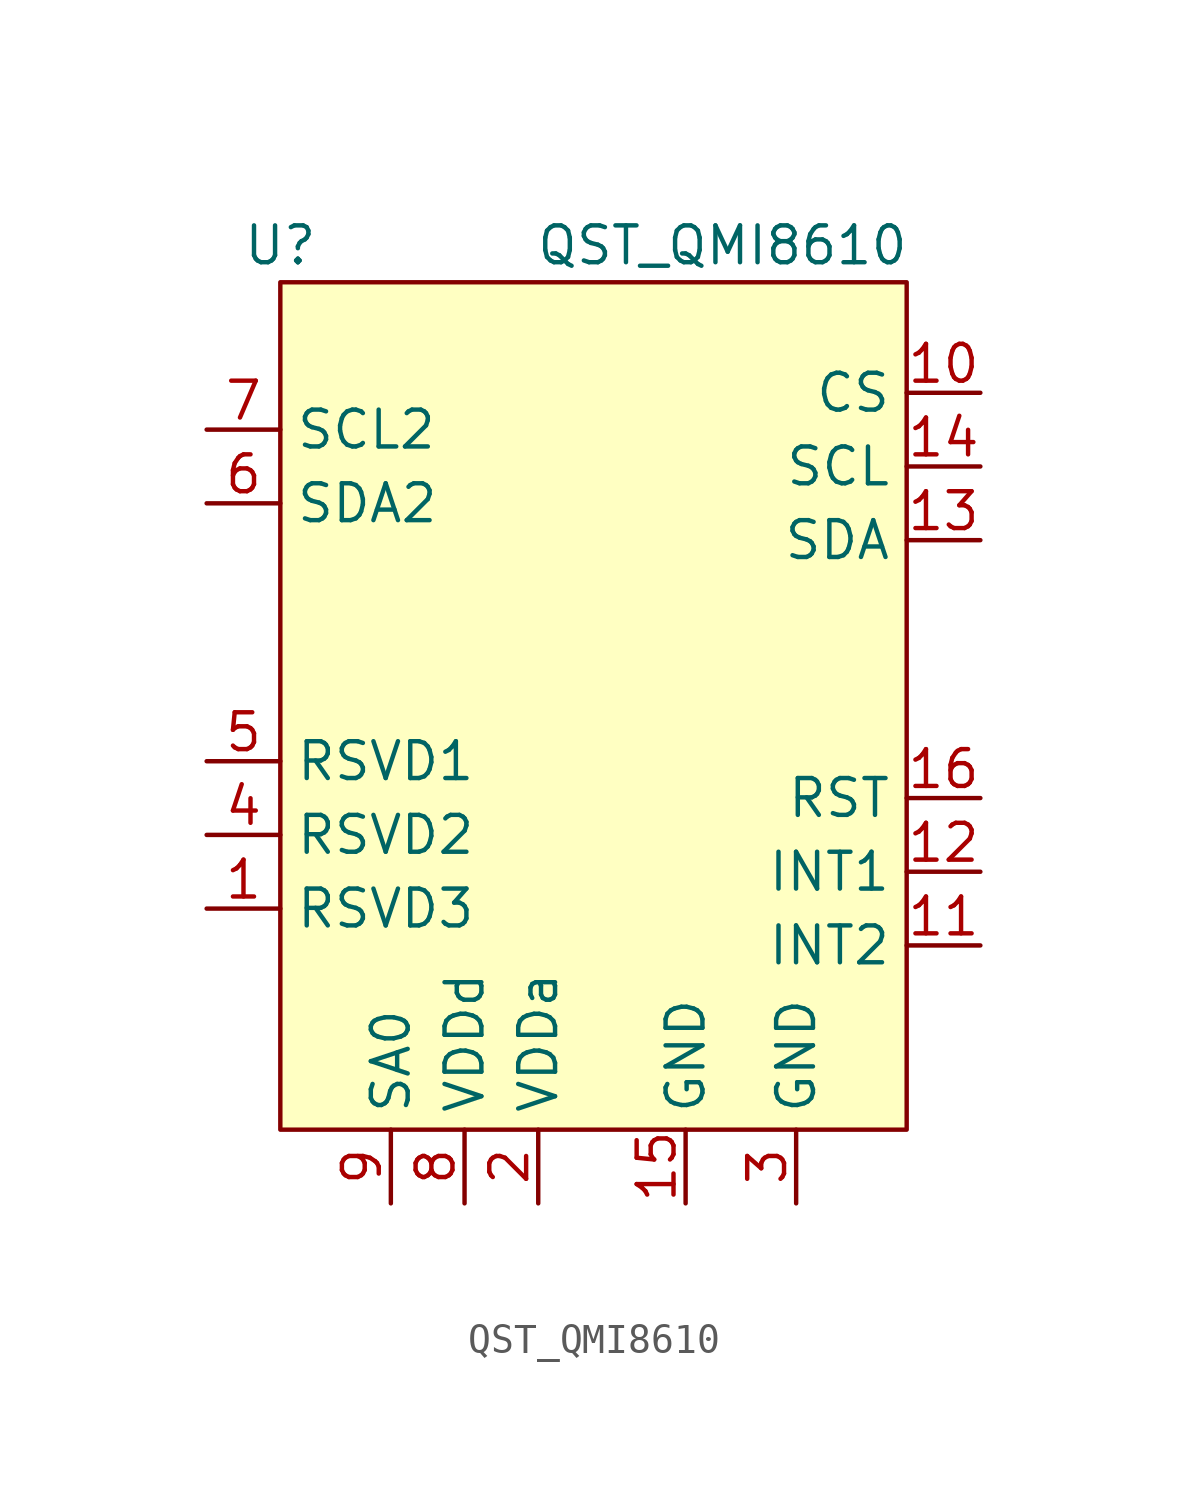
<source format=kicad_sym>
(kicad_symbol_lib
  (version 20211014)
  (generator kicad_symbol_editor)
  (symbol "QST_QMI8610"
    (property "Reference" "U"
      (at -11.43 13.97 0)
      (effects (font (size 1.27 1.27))))
    (property "Value" "QST_QMI8610"
      (at 3.81 13.97 0)
      (effects (font (size 1.27 1.27))))
    (symbol "QST_QMI8610_0_1"
      (rectangle (start -11.43 12.7) (end 10.16 -16.51) (stroke (width 0) (type default) (color 0 0 0 0)) (fill (type background))))
    (symbol "QST_QMI8610_1_1"
      (pin input line (at -13.97 -8.89 0) (length 2.54) (name "RSVD3" (effects (font (size 1.27 1.27)))) (number "1" (effects (font (size 1.27 1.27)))))
      (pin input line (at 12.7 8.89 180) (length 2.54) (name "CS" (effects (font (size 1.27 1.27)))) (number "10" (effects (font (size 1.27 1.27)))))
      (pin input line (at 12.7 -10.16 180) (length 2.54) (name "INT2" (effects (font (size 1.27 1.27)))) (number "11" (effects (font (size 1.27 1.27)))))
      (pin input line (at 12.7 -7.62 180) (length 2.54) (name "INT1" (effects (font (size 1.27 1.27)))) (number "12" (effects (font (size 1.27 1.27)))))
      (pin input line (at 12.7 3.81 180) (length 2.54) (name "SDA" (effects (font (size 1.27 1.27)))) (number "13" (effects (font (size 1.27 1.27)))))
      (pin input line (at 12.7 6.35 180) (length 2.54) (name "SCL" (effects (font (size 1.27 1.27)))) (number "14" (effects (font (size 1.27 1.27)))))
      (pin input line (at 2.54 -19.05 90) (length 2.54) (name "GND" (effects (font (size 1.27 1.27)))) (number "15" (effects (font (size 1.27 1.27)))))
      (pin input line (at 12.7 -5.08 180) (length 2.54) (name "RST" (effects (font (size 1.27 1.27)))) (number "16" (effects (font (size 1.27 1.27)))))
      (pin input line (at -2.54 -19.05 90) (length 2.54) (name "VDDa" (effects (font (size 1.27 1.27)))) (number "2" (effects (font (size 1.27 1.27)))))
      (pin input line (at 6.35 -19.05 90) (length 2.54) (name "GND" (effects (font (size 1.27 1.27)))) (number "3" (effects (font (size 1.27 1.27)))))
      (pin input line (at -13.97 -6.35 0) (length 2.54) (name "RSVD2" (effects (font (size 1.27 1.27)))) (number "4" (effects (font (size 1.27 1.27)))))
      (pin input line (at -13.97 -3.81 0) (length 2.54) (name "RSVD1" (effects (font (size 1.27 1.27)))) (number "5" (effects (font (size 1.27 1.27)))))
      (pin input line (at -13.97 5.08 0) (length 2.54) (name "SDA2" (effects (font (size 1.27 1.27)))) (number "6" (effects (font (size 1.27 1.27)))))
      (pin input line (at -13.97 7.62 0) (length 2.54) (name "SCL2" (effects (font (size 1.27 1.27)))) (number "7" (effects (font (size 1.27 1.27)))))
      (pin input line (at -5.08 -19.05 90) (length 2.54) (name "VDDd" (effects (font (size 1.27 1.27)))) (number "8" (effects (font (size 1.27 1.27)))))
      (pin input line (at -7.62 -19.05 90) (length 2.54) (name "SA0" (effects (font (size 1.27 1.27)))) (number "9" (effects (font (size 1.27 1.27))))))))
</source>
